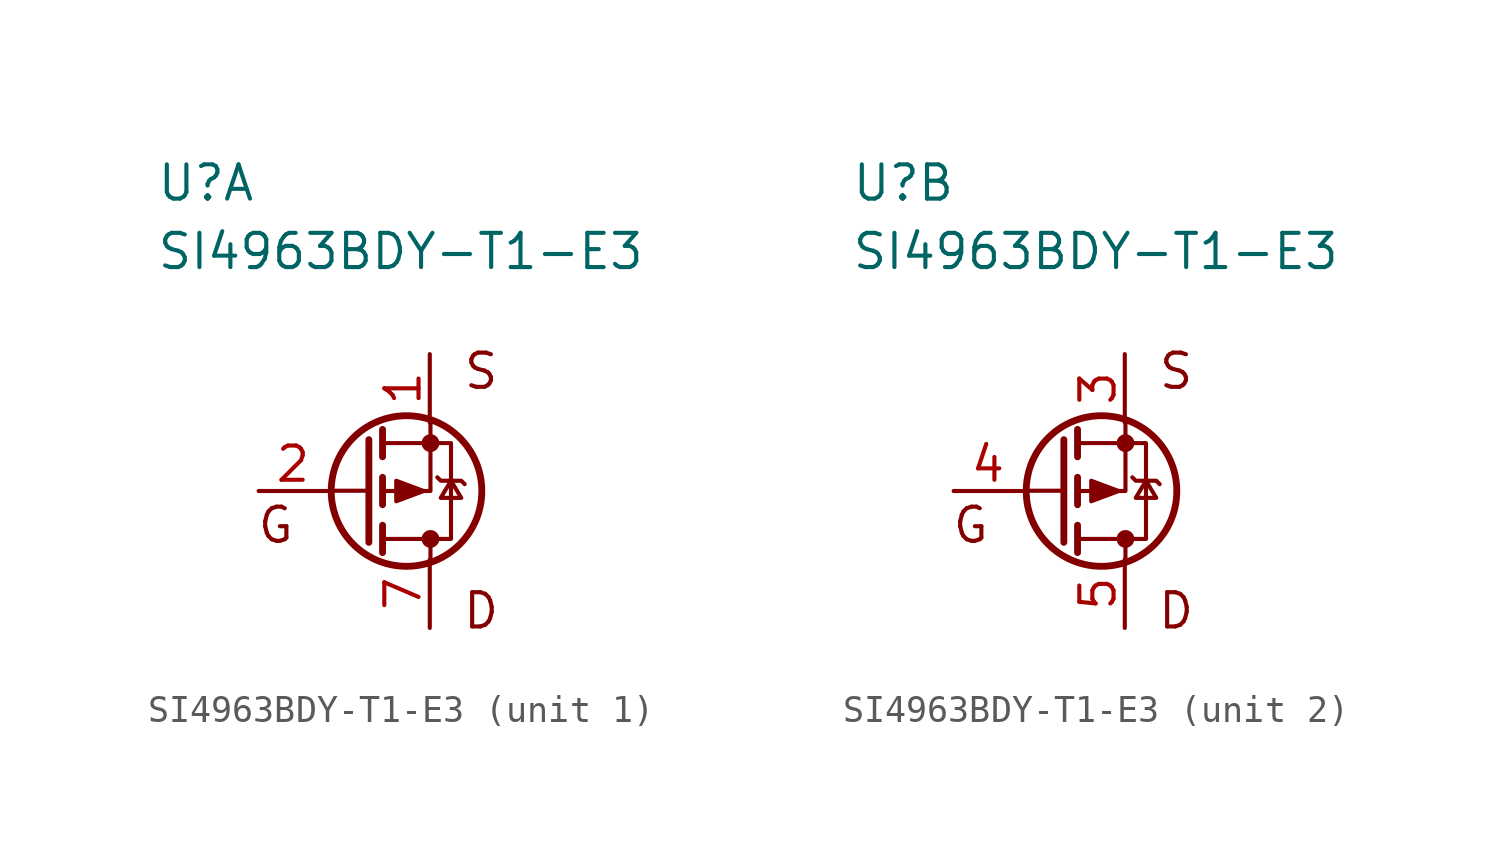
<source format=kicad_sym>
(kicad_symbol_lib
  (version 20211014)
  (generator kicad_symbol_editor)
  (symbol "SI4963BDY-T1-E3"
    (pin_names hide)
    (property "Reference" "U"
      (at -8.89 11.43 0)
      (effects (font (size 1.27 1.27)) (justify left)))
    (property "Value" "SI4963BDY-T1-E3"
      (at -8.89 8.89 0)
      (effects (font (size 1.27 1.27)) (justify left)))
    (symbol "SI4963BDY-T1-E3_0_0"
      (text "D" (at 3.175 -4.445 0) (effects (font (size 1.27 1.27))))
      (text "G" (at -4.445 -1.27 0) (effects (font (size 1.27 1.27))))
      (text "S" (at 3.175 4.445 0) (effects (font (size 1.27 1.27)))))
    (symbol "SI4963BDY-T1-E3_0_1"
      (polyline (pts (xy -2.349 0.01) (xy -0.975 0.01)) (stroke (width 0) (type default) (color 0 0 0 0)) (fill (type none)))
      (polyline (pts (xy -0.991 -1.905) (xy -0.991 1.905)) (stroke (width 0.254) (type default) (color 0 0 0 0)) (fill (type none)))
      (polyline (pts (xy -0.483 -2.286) (xy -0.483 -1.27)) (stroke (width 0.254) (type default) (color 0 0 0 0)) (fill (type none)))
      (polyline (pts (xy -0.483 -0.508) (xy -0.483 0.508)) (stroke (width 0.254) (type default) (color 0 0 0 0)) (fill (type none)))
      (polyline (pts (xy -0.483 1.27) (xy -0.483 2.286)) (stroke (width 0.254) (type default) (color 0 0 0 0)) (fill (type none)))
      (polyline (pts (xy 1.295 -2.54) (xy 1.295 -1.778)) (stroke (width 0) (type default) (color 0 0 0 0)) (fill (type none)))
      (polyline (pts (xy 1.295 2.54) (xy 1.295 0) (xy -0.483 0)) (stroke (width 0) (type default) (color 0 0 0 0)) (fill (type none)))
      (polyline (pts (xy -0.483 -1.778) (xy 2.057 -1.778) (xy 2.057 1.778) (xy -0.483 1.778)) (stroke (width 0) (type default) (color 0 0 0 0)) (fill (type none)))
      (polyline (pts (xy 1.041 0) (xy 0.025 -0.381) (xy 0.025 0.381) (xy 1.041 0)) (stroke (width 0) (type default) (color 0 0 0 0)) (fill (type outline)))
      (polyline (pts (xy 1.549 0.508) (xy 1.676 0.381) (xy 2.438 0.381) (xy 2.565 0.254)) (stroke (width 0) (type default) (color 0 0 0 0)) (fill (type none)))
      (polyline (pts (xy 2.057 0.381) (xy 1.676 -0.254) (xy 2.438 -0.254) (xy 2.057 0.381)) (stroke (width 0) (type default) (color 0 0 0 0)) (fill (type none)))
      (circle (center 0.406 0) (radius 2.794) (stroke (width 0.254) (type default) (color 0 0 0 0)) (fill (type none)))
      (circle (center 1.295 -1.778) (radius 0.254) (stroke (width 0) (type default) (color 0 0 0 0)) (fill (type outline)))
      (circle (center 1.295 1.778) (radius 0.254) (stroke (width 0) (type default) (color 0 0 0 0)) (fill (type outline))))
    (symbol "SI4963BDY-T1-E3_1_1"
      (pin input line (at 1.27 5.08 270) (length 2.54) (name "S1" (effects (font (size 1.27 1.27)))) (number "1" (effects (font (size 1.27 1.27)))))
      (pin input line (at -5.08 0 0) (length 2.54) (name "G1" (effects (font (size 1.27 1.27)))) (number "2" (effects (font (size 1.27 1.27)))))
      (pin input line (at 1.27 -5.08 90) (length 2.54) (name "D2" (effects (font (size 1.27 1.27)))) (number "7" (effects (font (size 1.27 1.27)))))
      (pin input line (at 1.27 -5.08 90) (length 2.54) hide (name "D1" (effects (font (size 1.27 1.27)))) (number "8" (effects (font (size 1.27 1.27))))))
    (symbol "SI4963BDY-T1-E3_2_1"
      (pin input line (at 1.27 5.08 270) (length 2.54) (name "S2" (effects (font (size 1.27 1.27)))) (number "3" (effects (font (size 1.27 1.27)))))
      (pin input line (at -5.08 0 0) (length 2.54) (name "G2" (effects (font (size 1.27 1.27)))) (number "4" (effects (font (size 1.27 1.27)))))
      (pin input line (at 1.27 -5.08 90) (length 2.54) (name "D2" (effects (font (size 1.27 1.27)))) (number "5" (effects (font (size 1.27 1.27)))))
      (pin input line (at 1.27 -5.08 90) (length 2.54) hide (name "D2" (effects (font (size 1.27 1.27)))) (number "6" (effects (font (size 1.27 1.27))))))))
</source>
